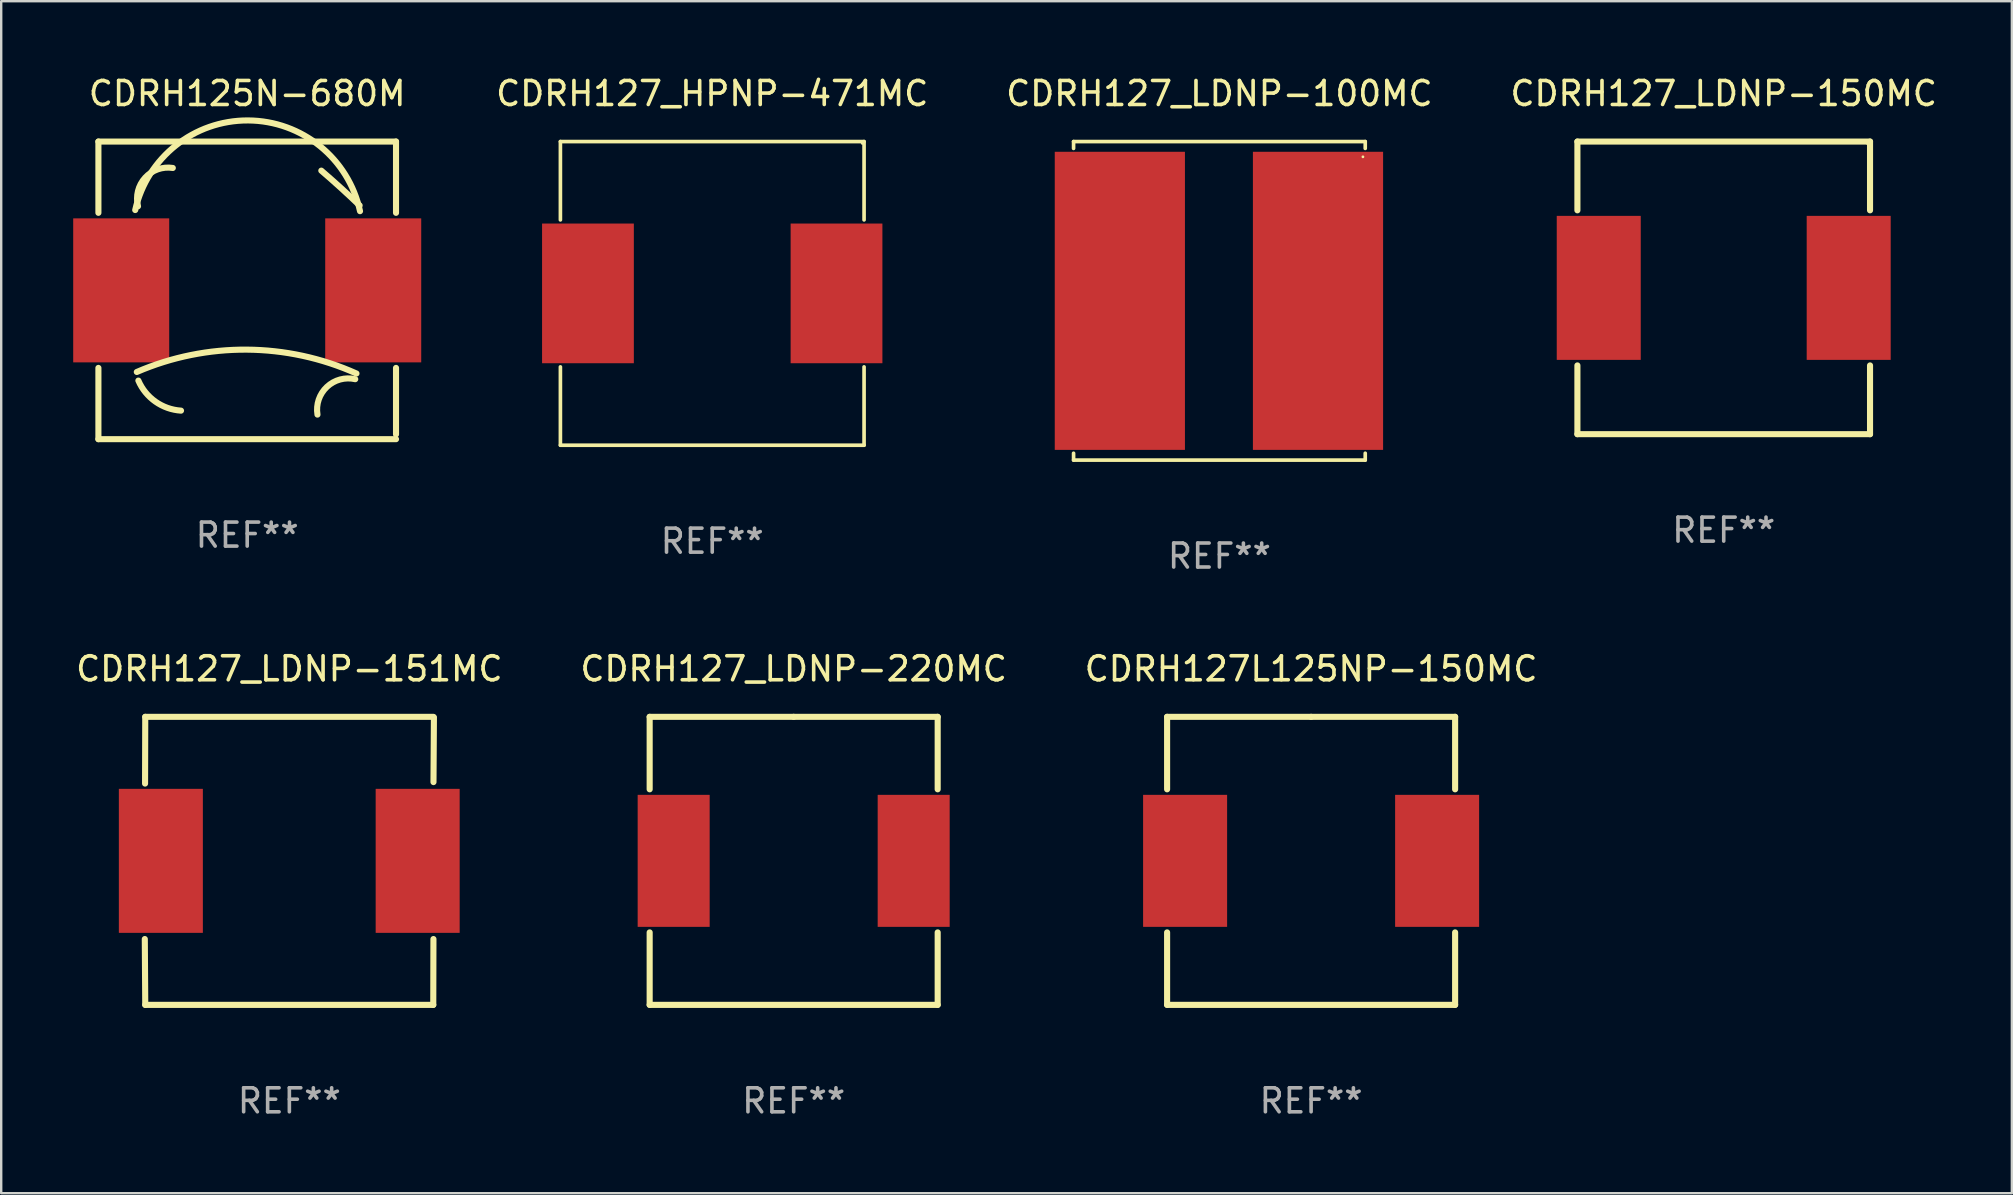
<source format=kicad_pcb>
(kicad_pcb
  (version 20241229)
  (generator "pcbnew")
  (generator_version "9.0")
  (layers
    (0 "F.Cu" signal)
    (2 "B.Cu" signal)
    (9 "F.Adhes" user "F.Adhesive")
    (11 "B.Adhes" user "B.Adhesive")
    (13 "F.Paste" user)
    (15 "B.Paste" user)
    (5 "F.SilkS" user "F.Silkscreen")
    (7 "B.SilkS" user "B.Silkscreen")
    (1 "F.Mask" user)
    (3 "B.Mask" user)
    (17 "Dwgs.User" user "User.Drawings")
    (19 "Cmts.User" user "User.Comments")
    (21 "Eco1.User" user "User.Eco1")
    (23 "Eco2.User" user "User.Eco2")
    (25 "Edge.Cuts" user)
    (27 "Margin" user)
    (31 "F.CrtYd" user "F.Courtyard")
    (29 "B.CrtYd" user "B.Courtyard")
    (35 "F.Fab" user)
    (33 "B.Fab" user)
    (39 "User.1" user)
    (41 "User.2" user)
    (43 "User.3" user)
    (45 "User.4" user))
  (footprint "CDRH127_LDNP-151MC"
    (layer "F.Cu")
    (at 9.006 32.817)
    (property "Reference" "CDRH127_LDNP-151MC" (at 0 -8 0) (layer "F.SilkS") (effects (font (size 1 1) (thickness 0.15))))
    (attr through_hole)
    (fp_line (start -6.012 -3.22) (end -6.004 -6) (stroke (width 0.254) (type solid)) (layer "F.SilkS"))
    (fp_line (start -6.004 -6) (end 5.996 -6) (stroke (width 0.254) (type solid)) (layer "F.SilkS"))
    (fp_line (start -6.004 6) (end -6.023 3.258) (stroke (width 0.254) (type solid)) (layer "F.SilkS"))
    (fp_line (start -6.004 6) (end 5.996 6) (stroke (width 0.254) (type solid)) (layer "F.SilkS"))
    (fp_line (start 5.996 6) (end 6.003 3.258) (stroke (width 0.254) (type solid)) (layer "F.SilkS"))
    (fp_line (start 6.005 -3.282) (end 6.023 -5.98) (stroke (width 0.254) (type solid)) (layer "F.SilkS"))
    (fp_circle (center -6.004 6) (end -5.974 6) (stroke (width 0.06) (type solid)) (fill no) (layer "F.SilkS"))
    (fp_text user "REF**" (at 0 10 0) (layer "F.Fab") (effects (font (size 1 1) (thickness 0.15))))
    (pad "1" smd rect (at -5.354 0) (size 3.5 6) (layers "F.Cu" "F.Mask" "F.Paste"))
    (pad "2" smd rect (at 5.346 0) (size 3.5 6) (layers "F.Cu" "F.Mask" "F.Paste")))
  (footprint "CDRH127_LDNP-100MC"
    (layer "F.Cu")
    (at 47.756 9.484)
    (property "Reference" "CDRH127_LDNP-100MC" (at 0 -8.636 0) (layer "F.SilkS") (effects (font (size 1 1) (thickness 0.15))))
    (attr through_hole)
    (fp_line (start -6.076 -6.636) (end -6.076 -6.35) (stroke (width 0.152) (type solid)) (layer "F.SilkS"))
    (fp_line (start -6.076 6.636) (end -6.076 6.35) (stroke (width 0.152) (type solid)) (layer "F.SilkS"))
    (fp_line (start 6.076 -6.636) (end -6.076 -6.636) (stroke (width 0.152) (type solid)) (layer "F.SilkS"))
    (fp_line (start 6.076 -6.35) (end 6.076 -6.636) (stroke (width 0.152) (type solid)) (layer "F.SilkS"))
    (fp_line (start 6.076 6.35) (end 6.076 6.636) (stroke (width 0.152) (type solid)) (layer "F.SilkS"))
    (fp_line (start 6.076 6.636) (end -6.076 6.636) (stroke (width 0.152) (type solid)) (layer "F.SilkS"))
    (fp_circle (center 5.98 -6) (end 6.01 -6) (stroke (width 0.06) (type solid)) (fill no) (layer "F.SilkS"))
    (fp_text user "REF**" (at 0 10.636 0) (layer "F.Fab") (effects (font (size 1 1) (thickness 0.15))))
    (pad "1" smd rect (at 4.108 0) (size 5.424 12.42) (layers "F.Cu" "F.Mask" "F.Paste"))
    (pad "2" smd rect (at -4.148 0) (size 5.424 12.42) (layers "F.Cu" "F.Mask" "F.Paste")))
  (footprint "CDRH127_HPNP-471MC"
    (layer "F.Cu")
    (at 26.625 9.174)
    (property "Reference" "CDRH127_HPNP-471MC" (at 0 -8.326 0) (layer "F.SilkS") (effects (font (size 1 1) (thickness 0.15))))
    (attr through_hole)
    (fp_line (start -6.326 -6.326) (end 6.326 -6.326) (stroke (width 0.152) (type solid)) (layer "F.SilkS"))
    (fp_line (start -6.326 -3.062) (end -6.326 -6.326) (stroke (width 0.152) (type solid)) (layer "F.SilkS"))
    (fp_line (start -6.326 3.062) (end -6.326 6.326) (stroke (width 0.152) (type solid)) (layer "F.SilkS"))
    (fp_line (start -6.326 6.326) (end 6.326 6.326) (stroke (width 0.152) (type solid)) (layer "F.SilkS"))
    (fp_line (start 6.326 -6.326) (end 6.326 -3.062) (stroke (width 0.152) (type solid)) (layer "F.SilkS"))
    (fp_line (start 6.326 6.326) (end 6.326 3.062) (stroke (width 0.152) (type solid)) (layer "F.SilkS"))
    (fp_circle (center 6.25 -6.25) (end 6.28 -6.25) (stroke (width 0.06) (type solid)) (fill no) (layer "F.SilkS"))
    (fp_text user "REF**" (at 0 10.326 0) (layer "F.Fab") (effects (font (size 1 1) (thickness 0.15))))
    (pad "1" smd rect (at 5.178 0) (size 3.824 5.82) (layers "F.Cu" "F.Mask" "F.Paste"))
    (pad "2" smd rect (at -5.178 0) (size 3.824 5.82) (layers "F.Cu" "F.Mask" "F.Paste")))
  (footprint "CDRH125N-680M"
    (layer "F.Cu")
    (at 7.25 9.048)
    (property "Reference" "CDRH125N-680M" (at 0 -8.2 0) (layer "F.SilkS") (effects (font (size 1 1) (thickness 0.15))))
    (attr through_hole)
    (fp_line (start -6.2 -6.2) (end -6.2 -3.231) (stroke (width 0.254) (type solid)) (layer "F.SilkS"))
    (fp_line (start -6.2 -6.2) (end 6.2 -6.2) (stroke (width 0.254) (type solid)) (layer "F.SilkS"))
    (fp_line (start -6.2 3.231) (end -6.2 6.2) (stroke (width 0.254) (type solid)) (layer "F.SilkS"))
    (fp_line (start -6.2 6.2) (end 6.2 6.2) (stroke (width 0.254) (type solid)) (layer "F.SilkS"))
    (fp_line (start 6.2 -6.2) (end 6.2 -3.231) (stroke (width 0.254) (type solid)) (layer "F.SilkS"))
    (fp_line (start 6.2 3.231) (end 6.2 6) (stroke (width 0.254) (type solid)) (layer "F.SilkS"))
    (fp_arc (start -4.666268 -3.347523) (mid 0.035925 -7.080035) (end 4.7 -3.3) (stroke (width 0.254001) (type solid)) (layer "F.SilkS"))
    (fp_arc (start -4.6 3.4) (mid -0.017181 2.469621) (end 4.552248 3.463678) (stroke (width 0.254001) (type solid)) (layer "F.SilkS"))
    (fp_arc (start -4.54986 -3.504115) (mid -4.254361 -4.692196) (end -3.1 -5.099999) (stroke (width 0.254001) (type solid)) (layer "F.SilkS"))
    (fp_arc (start -2.758293 5.011176) (mid -3.822943 4.635946) (end -4.534316 3.759462) (stroke (width 0.254001) (type solid)) (layer "F.SilkS"))
    (fp_arc (start 2.927153 5.17587) (mid 3.321583 4.020185) (end 4.5 3.7) (stroke (width 0.254001) (type solid)) (layer "F.SilkS"))
    (fp_arc (start 3.08763 -4.988189) (mid 3.895745 -4.274456) (end 4.683515 -3.538329) (stroke (width 0.254001) (type solid)) (layer "F.SilkS"))
    (fp_circle (center -6.15 6.15) (end -6.12 6.15) (stroke (width 0.06) (type solid)) (fill no) (layer "F.SilkS"))
    (fp_text user "REF**" (at 0 10.2 0) (layer "F.Fab") (effects (font (size 1 1) (thickness 0.15))))
    (pad "1" smd rect (at -5.25 0) (size 4 6) (layers "F.Cu" "F.Mask" "F.Paste"))
    (pad "2" smd rect (at 5.25 0) (size 4 6) (layers "F.Cu" "F.Mask" "F.Paste")))
  (footprint "CDRH127_LDNP-220MC"
    (layer "F.Cu")
    (at 30.018 32.817)
    (property "Reference" "CDRH127_LDNP-220MC" (at 0 -8 0) (layer "F.SilkS") (effects (font (size 1 1) (thickness 0.15))))
    (attr through_hole)
    (fp_line (start -6 -6) (end 0 -6) (stroke (width 0.254) (type solid)) (layer "F.SilkS"))
    (fp_line (start -6 -2.981) (end -6 -6) (stroke (width 0.254) (type solid)) (layer "F.SilkS"))
    (fp_line (start -6 6) (end -6 2.981) (stroke (width 0.254) (type solid)) (layer "F.SilkS"))
    (fp_line (start 0 -6) (end 6 -6) (stroke (width 0.254) (type solid)) (layer "F.SilkS"))
    (fp_line (start 6 -6) (end 6 -2.981) (stroke (width 0.254) (type solid)) (layer "F.SilkS"))
    (fp_line (start 6 2.981) (end 6 6) (stroke (width 0.254) (type solid)) (layer "F.SilkS"))
    (fp_line (start 6 6) (end -6 6) (stroke (width 0.254) (type solid)) (layer "F.SilkS"))
    (fp_circle (center -6 6) (end -5.97 6) (stroke (width 0.06) (type solid)) (fill no) (layer "F.SilkS"))
    (fp_text user "REF**" (at 0 10 0) (layer "F.Fab") (effects (font (size 1 1) (thickness 0.15))))
    (pad "1" smd rect (at -5 0) (size 3 5.5) (layers "F.Cu" "F.Mask" "F.Paste"))
    (pad "2" smd rect (at 5 0) (size 3 5.5) (layers "F.Cu" "F.Mask" "F.Paste")))
  (footprint "CDRH127L125NP-150MC"
    (layer "F.Cu")
    (at 51.577 32.817)
    (property "Reference" "CDRH127L125NP-150MC" (at 0 -8 0) (layer "F.SilkS") (effects (font (size 1 1) (thickness 0.15))))
    (attr through_hole)
    (fp_line (start -6 -6) (end 0 -6) (stroke (width 0.254) (type solid)) (layer "F.SilkS"))
    (fp_line (start -6 -2.981) (end -6 -6) (stroke (width 0.254) (type solid)) (layer "F.SilkS"))
    (fp_line (start -6 6) (end -6 2.981) (stroke (width 0.254) (type solid)) (layer "F.SilkS"))
    (fp_line (start 0 -6) (end 6 -6) (stroke (width 0.254) (type solid)) (layer "F.SilkS"))
    (fp_line (start 6 -6) (end 6 -2.981) (stroke (width 0.254) (type solid)) (layer "F.SilkS"))
    (fp_line (start 6 2.981) (end 6 6) (stroke (width 0.254) (type solid)) (layer "F.SilkS"))
    (fp_line (start 6 6) (end -6 6) (stroke (width 0.254) (type solid)) (layer "F.SilkS"))
    (fp_circle (center -6 6) (end -5.97 6) (stroke (width 0.06) (type solid)) (fill no) (layer "F.SilkS"))
    (fp_text user "REF**" (at 0 10 0) (layer "F.Fab") (effects (font (size 1 1) (thickness 0.15))))
    (pad "1" smd rect (at -5.25 0) (size 3.5 5.5) (layers "F.Cu" "F.Mask" "F.Paste"))
    (pad "2" smd rect (at 5.25 0) (size 3.5 5.5) (layers "F.Cu" "F.Mask" "F.Paste")))
  (footprint "CDRH127_LDNP-150MC"
    (layer "F.Cu")
    (at 68.768 8.944)
    (property "Reference" "CDRH127_LDNP-150MC" (at 0 -8.096 0) (layer "F.SilkS") (effects (font (size 1 1) (thickness 0.15))))
    (attr through_hole)
    (fp_line (start -6.096 -6.096) (end 6.096 -6.096) (stroke (width 0.254) (type solid)) (layer "F.SilkS"))
    (fp_line (start -6.096 -3.231) (end -6.096 -6.096) (stroke (width 0.254) (type solid)) (layer "F.SilkS"))
    (fp_line (start -6.096 6.096) (end -6.096 3.231) (stroke (width 0.254) (type solid)) (layer "F.SilkS"))
    (fp_line (start 6.096 -6.096) (end 6.096 -3.231) (stroke (width 0.254) (type solid)) (layer "F.SilkS"))
    (fp_line (start 6.096 3.231) (end 6.096 6.096) (stroke (width 0.254) (type solid)) (layer "F.SilkS"))
    (fp_line (start 6.096 6.096) (end -6.096 6.096) (stroke (width 0.254) (type solid)) (layer "F.SilkS"))
    (fp_circle (center 6 -6) (end 6.03 -6) (stroke (width 0.06) (type solid)) (fill no) (layer "F.SilkS"))
    (fp_text user "REF**" (at 0 10.096 0) (layer "F.Fab") (effects (font (size 1 1) (thickness 0.15))))
    (pad "1" smd rect (at 5.207 0) (size 3.5 6) (layers "F.Cu" "F.Mask" "F.Paste"))
    (pad "2" smd rect (at -5.207 0) (size 3.5 6) (layers "F.Cu" "F.Mask" "F.Paste")))
  (gr_rect
    (start -3 -3)
    (end 80.774 46.665)
    (stroke (width 0.1) (type default))
    (fill no)
    (layer "Edge.Cuts")))
</source>
